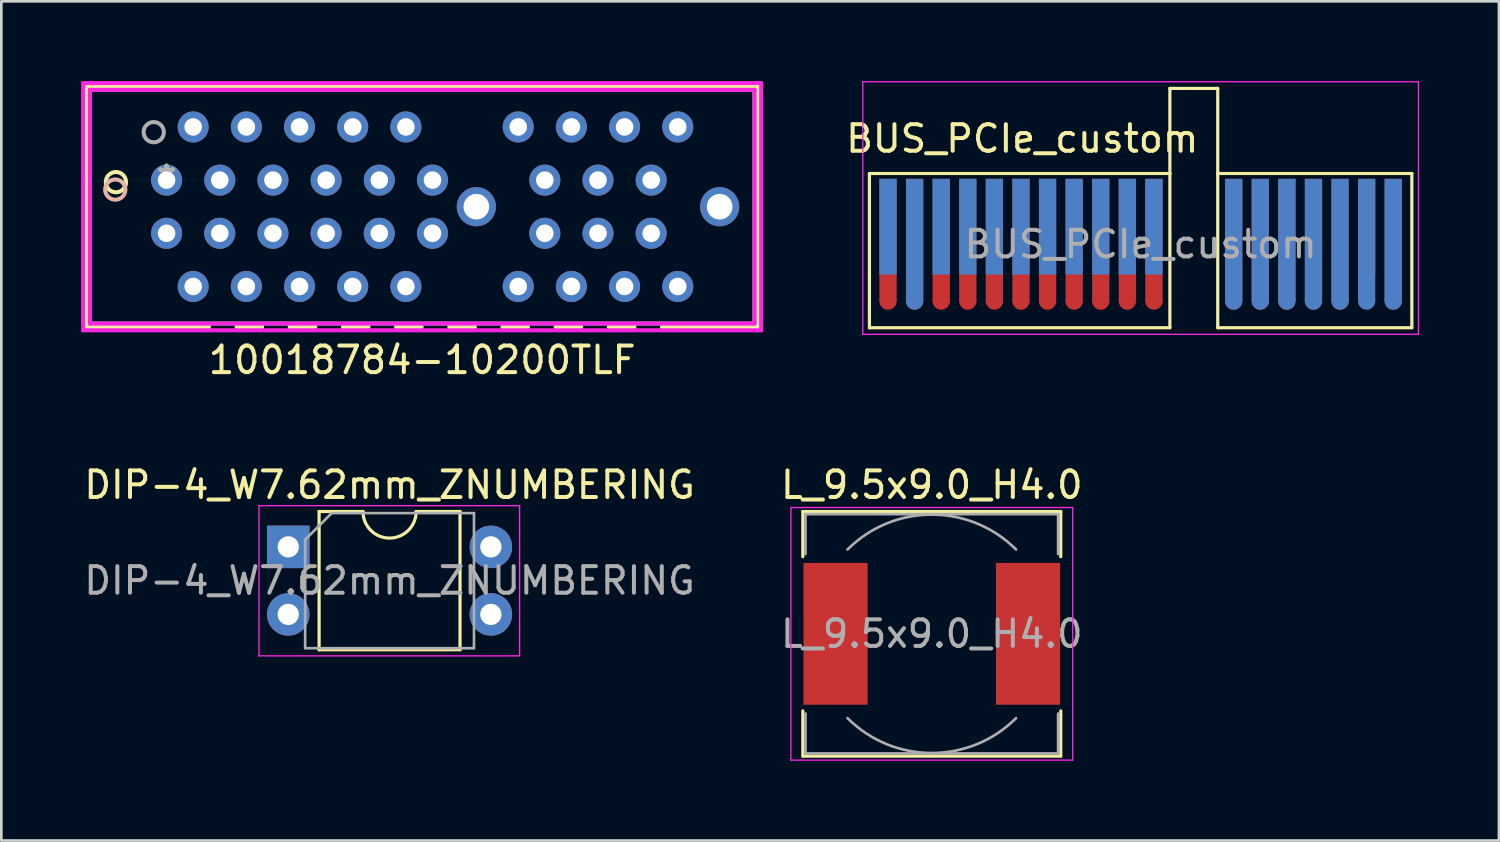
<source format=kicad_pcb>
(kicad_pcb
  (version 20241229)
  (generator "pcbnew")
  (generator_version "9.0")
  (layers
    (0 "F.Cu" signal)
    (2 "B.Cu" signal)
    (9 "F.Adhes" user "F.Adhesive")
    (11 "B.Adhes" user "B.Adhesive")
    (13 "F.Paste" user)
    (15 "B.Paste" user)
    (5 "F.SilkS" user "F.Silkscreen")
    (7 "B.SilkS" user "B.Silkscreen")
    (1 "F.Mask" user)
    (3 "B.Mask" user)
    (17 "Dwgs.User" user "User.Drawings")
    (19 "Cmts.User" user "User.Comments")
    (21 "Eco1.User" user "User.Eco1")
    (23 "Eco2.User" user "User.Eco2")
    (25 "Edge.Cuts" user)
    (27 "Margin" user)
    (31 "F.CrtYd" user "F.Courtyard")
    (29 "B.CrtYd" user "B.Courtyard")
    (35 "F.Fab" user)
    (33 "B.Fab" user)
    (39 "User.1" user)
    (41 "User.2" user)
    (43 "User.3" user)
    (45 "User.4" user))
  (footprint "DIP-4_W7.62mm_ZNUMBERING"
    (layer "F.Cu")
    (at 7.791 17.517)
    (property "Reference" "DIP-4_W7.62mm_ZNUMBERING" (at 3.81 -2.33 0) (layer "F.SilkS") (effects (font (size 1 1) (thickness 0.15))))
    (attr through_hole)
    (fp_line (start 1.16 -1.33) (end 1.16 3.87) (stroke (width 0.12) (type solid)) (layer "F.SilkS"))
    (fp_line (start 1.16 3.87) (end 6.46 3.87) (stroke (width 0.12) (type solid)) (layer "F.SilkS"))
    (fp_line (start 2.81 -1.33) (end 1.16 -1.33) (stroke (width 0.12) (type solid)) (layer "F.SilkS"))
    (fp_line (start 6.46 -1.33) (end 4.81 -1.33) (stroke (width 0.12) (type solid)) (layer "F.SilkS"))
    (fp_line (start 6.46 3.87) (end 6.46 -1.33) (stroke (width 0.12) (type solid)) (layer "F.SilkS"))
    (fp_arc (start 4.81 -1.33) (mid 3.81 -0.33) (end 2.81 -1.33) (stroke (width 0.12) (type solid)) (layer "F.SilkS"))
    (fp_line (start -1.1 -1.55) (end -1.1 4.1) (stroke (width 0.05) (type solid)) (layer "F.CrtYd"))
    (fp_line (start -1.1 4.1) (end 8.7 4.1) (stroke (width 0.05) (type solid)) (layer "F.CrtYd"))
    (fp_line (start 8.7 -1.55) (end -1.1 -1.55) (stroke (width 0.05) (type solid)) (layer "F.CrtYd"))
    (fp_line (start 8.7 4.1) (end 8.7 -1.55) (stroke (width 0.05) (type solid)) (layer "F.CrtYd"))
    (fp_line (start 0.635 -0.27) (end 1.635 -1.27) (stroke (width 0.1) (type solid)) (layer "F.Fab"))
    (fp_line (start 0.635 3.81) (end 0.635 -0.27) (stroke (width 0.1) (type solid)) (layer "F.Fab"))
    (fp_line (start 1.635 -1.27) (end 6.985 -1.27) (stroke (width 0.1) (type solid)) (layer "F.Fab"))
    (fp_line (start 6.985 -1.27) (end 6.985 3.81) (stroke (width 0.1) (type solid)) (layer "F.Fab"))
    (fp_line (start 6.985 3.81) (end 0.635 3.81) (stroke (width 0.1) (type solid)) (layer "F.Fab"))
    (fp_text user "${REFERENCE}" (at 3.81 1.27 0) (layer "F.Fab") (effects (font (size 1 1) (thickness 0.15))))
    (pad "1" thru_hole rect (at 0 0) (size 1.6 1.6) (drill 0.8) (layers "*.Cu" "*.Mask"))
    (pad "2" thru_hole oval (at 7.62 0) (size 1.6 1.6) (drill 0.8) (layers "*.Cu" "*.Mask"))
    (pad "3" thru_hole oval (at 0 2.54) (size 1.6 1.6) (drill 0.8) (layers "*.Cu" "*.Mask"))
    (pad "4" thru_hole oval (at 7.62 2.54) (size 1.6 1.6) (drill 0.8) (layers "*.Cu" "*.Mask")))
  (footprint "10018784-10200TLF"
    (layer "F.Cu")
    (at 3.215 3.724)
    (property "Reference" "10018784-10200TLF" (at 9.613 6.766 0) (layer "F.SilkS") (effects (font (size 1 1) (thickness 0.15))))
    (attr through_hole)
    (fp_line (start -3.011 -3.521) (end -3.011 5.521) (stroke (width 0.152) (type solid)) (layer "F.SilkS"))
    (fp_line (start -3.011 5.521) (end 1.593 5.521) (stroke (width 0.152) (type solid)) (layer "F.SilkS"))
    (fp_line (start 2.632 5.521) (end 3.593 5.521) (stroke (width 0.152) (type solid)) (layer "F.SilkS"))
    (fp_line (start 4.632 5.521) (end 5.593 5.521) (stroke (width 0.152) (type solid)) (layer "F.SilkS"))
    (fp_line (start 6.632 5.521) (end 7.593 5.521) (stroke (width 0.152) (type solid)) (layer "F.SilkS"))
    (fp_line (start 8.632 5.521) (end 9.593 5.521) (stroke (width 0.152) (type solid)) (layer "F.SilkS"))
    (fp_line (start 10.632 5.521) (end 11.593 5.521) (stroke (width 0.152) (type solid)) (layer "F.SilkS"))
    (fp_line (start 12.632 5.521) (end 13.593 5.521) (stroke (width 0.152) (type solid)) (layer "F.SilkS"))
    (fp_line (start 14.632 5.521) (end 15.593 5.521) (stroke (width 0.152) (type solid)) (layer "F.SilkS"))
    (fp_line (start 16.632 5.521) (end 17.593 5.521) (stroke (width 0.152) (type solid)) (layer "F.SilkS"))
    (fp_line (start 18.632 5.521) (end 22.236 5.521) (stroke (width 0.152) (type solid)) (layer "F.SilkS"))
    (fp_line (start 22.236 -3.521) (end -3.011 -3.521) (stroke (width 0.152) (type solid)) (layer "F.SilkS"))
    (fp_line (start 22.236 5.521) (end 22.236 -3.521) (stroke (width 0.152) (type solid)) (layer "F.SilkS"))
    (fp_circle (center -1.905 0.076) (end -1.524 0.076) (stroke (width 0.152) (type solid)) (fill no) (layer "F.SilkS"))
    (fp_circle (center -1.93 0.356) (end -1.549 0.356) (stroke (width 0.152) (type solid)) (fill no) (layer "B.SilkS"))
    (fp_line (start -3.138 -3.648) (end -3.138 5.648) (stroke (width 0.152) (type solid)) (layer "F.CrtYd"))
    (fp_line (start -3.138 5.648) (end 22.363 5.648) (stroke (width 0.152) (type solid)) (layer "F.CrtYd"))
    (fp_line (start -2.884 -3.394) (end -2.884 5.394) (stroke (width 0.152) (type solid)) (layer "F.CrtYd"))
    (fp_line (start -2.884 5.394) (end 22.109 5.394) (stroke (width 0.152) (type solid)) (layer "F.CrtYd"))
    (fp_line (start 22.109 -3.394) (end -2.884 -3.394) (stroke (width 0.152) (type solid)) (layer "F.CrtYd"))
    (fp_line (start 22.109 5.394) (end 22.109 -3.394) (stroke (width 0.152) (type solid)) (layer "F.CrtYd"))
    (fp_line (start 22.363 -3.648) (end -3.138 -3.648) (stroke (width 0.152) (type solid)) (layer "F.CrtYd"))
    (fp_line (start 22.363 5.648) (end 22.363 -3.648) (stroke (width 0.152) (type solid)) (layer "F.CrtYd"))
    (fp_line (start -2.884 -3.394) (end -2.884 5.394) (stroke (width 0.152) (type solid)) (layer "F.Fab"))
    (fp_line (start -2.884 5.394) (end 22.109 5.394) (stroke (width 0.152) (type solid)) (layer "F.Fab"))
    (fp_line (start 22.109 -3.394) (end -2.884 -3.394) (stroke (width 0.152) (type solid)) (layer "F.Fab"))
    (fp_line (start 22.109 5.394) (end 22.109 -3.394) (stroke (width 0.152) (type solid)) (layer "F.Fab"))
    (fp_circle (center -0.483 -1.803) (end -0.102 -1.803) (stroke (width 0.152) (type solid)) (fill no) (layer "F.Fab"))
    (fp_text user "*" (at 0 0 0) (layer "F.SilkS") (effects (font (size 1 1) (thickness 0.15))))
    (fp_text user "Copyright 2016 Accelerated Designs. All rights reserved." (at 0 0 0) (layer "Cmts.User") (effects (font (size 0.127 0.127) (thickness 0.002))))
    (fp_text user "*" (at 0 0 0) (layer "F.Fab") (effects (font (size 1 1) (thickness 0.15))))
    (pad "37" thru_hole circle (at 11.65 1) (size 1.473 1.473) (drill 0.965) (layers "*.Cu" "*.Mask"))
    (pad "38" thru_hole circle (at 20.8 1) (size 1.473 1.473) (drill 0.965) (layers "*.Cu" "*.Mask"))
    (pad "A1" thru_hole circle (at 0 0) (size 1.168 1.168) (drill 0.66) (layers "*.Cu" "*.Mask"))
    (pad "A2" thru_hole circle (at 1 -2) (size 1.168 1.168) (drill 0.66) (layers "*.Cu" "*.Mask"))
    (pad "A3" thru_hole circle (at 2 0) (size 1.168 1.168) (drill 0.66) (layers "*.Cu" "*.Mask"))
    (pad "A4" thru_hole circle (at 3 -2) (size 1.168 1.168) (drill 0.66) (layers "*.Cu" "*.Mask"))
    (pad "A5" thru_hole circle (at 4 0) (size 1.168 1.168) (drill 0.66) (layers "*.Cu" "*.Mask"))
    (pad "A6" thru_hole circle (at 5 -2) (size 1.168 1.168) (drill 0.66) (layers "*.Cu" "*.Mask"))
    (pad "A7" thru_hole circle (at 6 0) (size 1.168 1.168) (drill 0.66) (layers "*.Cu" "*.Mask"))
    (pad "A8" thru_hole circle (at 7 -2) (size 1.168 1.168) (drill 0.66) (layers "*.Cu" "*.Mask"))
    (pad "A9" thru_hole circle (at 8 0) (size 1.168 1.168) (drill 0.66) (layers "*.Cu" "*.Mask"))
    (pad "A10" thru_hole circle (at 9 -2) (size 1.168 1.168) (drill 0.66) (layers "*.Cu" "*.Mask"))
    (pad "A11" thru_hole circle (at 10 0) (size 1.168 1.168) (drill 0.66) (layers "*.Cu" "*.Mask"))
    (pad "A12" thru_hole circle (at 13.225 -2) (size 1.168 1.168) (drill 0.66) (layers "*.Cu" "*.Mask"))
    (pad "A13" thru_hole circle (at 14.225 0) (size 1.168 1.168) (drill 0.66) (layers "*.Cu" "*.Mask"))
    (pad "A14" thru_hole circle (at 15.225 -2) (size 1.168 1.168) (drill 0.66) (layers "*.Cu" "*.Mask"))
    (pad "A15" thru_hole circle (at 16.225 0) (size 1.168 1.168) (drill 0.66) (layers "*.Cu" "*.Mask"))
    (pad "A16" thru_hole circle (at 17.225 -2) (size 1.168 1.168) (drill 0.66) (layers "*.Cu" "*.Mask"))
    (pad "A17" thru_hole circle (at 18.225 0) (size 1.168 1.168) (drill 0.66) (layers "*.Cu" "*.Mask"))
    (pad "A18" thru_hole circle (at 19.225 -2) (size 1.168 1.168) (drill 0.66) (layers "*.Cu" "*.Mask"))
    (pad "B1" thru_hole circle (at -0.000001 2) (size 1.168 1.168) (drill 0.66) (layers "*.Cu" "*.Mask"))
    (pad "B2" thru_hole circle (at 1 4) (size 1.168 1.168) (drill 0.66) (layers "*.Cu" "*.Mask"))
    (pad "B3" thru_hole circle (at 2 2) (size 1.168 1.168) (drill 0.66) (layers "*.Cu" "*.Mask"))
    (pad "B4" thru_hole circle (at 3 4) (size 1.168 1.168) (drill 0.66) (layers "*.Cu" "*.Mask"))
    (pad "B5" thru_hole circle (at 4 2) (size 1.168 1.168) (drill 0.66) (layers "*.Cu" "*.Mask"))
    (pad "B6" thru_hole circle (at 5 4) (size 1.168 1.168) (drill 0.66) (layers "*.Cu" "*.Mask"))
    (pad "B7" thru_hole circle (at 6 2) (size 1.168 1.168) (drill 0.66) (layers "*.Cu" "*.Mask"))
    (pad "B8" thru_hole circle (at 7 4) (size 1.168 1.168) (drill 0.66) (layers "*.Cu" "*.Mask"))
    (pad "B9" thru_hole circle (at 8 2) (size 1.168 1.168) (drill 0.66) (layers "*.Cu" "*.Mask"))
    (pad "B10" thru_hole circle (at 9 4) (size 1.168 1.168) (drill 0.66) (layers "*.Cu" "*.Mask"))
    (pad "B11" thru_hole circle (at 10 2) (size 1.168 1.168) (drill 0.66) (layers "*.Cu" "*.Mask"))
    (pad "B12" thru_hole circle (at 13.225 4) (size 1.168 1.168) (drill 0.66) (layers "*.Cu" "*.Mask"))
    (pad "B13" thru_hole circle (at 14.225 2) (size 1.168 1.168) (drill 0.66) (layers "*.Cu" "*.Mask"))
    (pad "B14" thru_hole circle (at 15.225 4) (size 1.168 1.168) (drill 0.66) (layers "*.Cu" "*.Mask"))
    (pad "B15" thru_hole circle (at 16.225 2) (size 1.168 1.168) (drill 0.66) (layers "*.Cu" "*.Mask"))
    (pad "B16" thru_hole circle (at 17.225 4) (size 1.168 1.168) (drill 0.66) (layers "*.Cu" "*.Mask"))
    (pad "B17" thru_hole circle (at 18.225 2) (size 1.168 1.168) (drill 0.66) (layers "*.Cu" "*.Mask"))
    (pad "B18" thru_hole circle (at 19.225 4) (size 1.168 1.168) (drill 0.66) (layers "*.Cu" "*.Mask")))
  (footprint "BUS_PCIe_custom"
    (layer "F.Cu")
    (at 30.348 5.475)
    (property "Reference" "BUS_PCIe_custom" (at 5.05 -3.31 0) (layer "F.SilkS") (effects (font (size 1 1) (thickness 0.15))))
    (attr exclude_from_pos_files exclude_from_bom)
    (fp_line (start -0.7 -2) (end 10.6 -2) (stroke (width 0.12) (type solid)) (layer "F.SilkS"))
    (fp_line (start -0.7 3.8) (end -0.7 -2) (stroke (width 0.12) (type solid)) (layer "F.SilkS"))
    (fp_line (start 10.6 -5.2) (end 12.4 -5.2) (stroke (width 0.12) (type solid)) (layer "F.SilkS"))
    (fp_line (start 10.6 -2) (end 10.6 -5.2) (stroke (width 0.12) (type solid)) (layer "F.SilkS"))
    (fp_line (start 10.6 -2) (end 10.6 3.8) (stroke (width 0.12) (type solid)) (layer "F.SilkS"))
    (fp_line (start 10.6 3.8) (end -0.7 3.8) (stroke (width 0.12) (type solid)) (layer "F.SilkS"))
    (fp_line (start 12.4 -5.2) (end 12.4 -2) (stroke (width 0.12) (type solid)) (layer "F.SilkS"))
    (fp_line (start 12.4 -2) (end 12.4 3.8) (stroke (width 0.12) (type solid)) (layer "F.SilkS"))
    (fp_line (start 12.4 3.8) (end 19.7 3.8) (stroke (width 0.12) (type solid)) (layer "F.SilkS"))
    (fp_line (start 19.7 -2) (end 12.4 -2) (stroke (width 0.12) (type solid)) (layer "F.SilkS"))
    (fp_line (start 19.7 -2) (end 19.7 3.8) (stroke (width 0.12) (type solid)) (layer "F.SilkS"))
    (fp_line (start -0.95 -5.45) (end -0.95 4.05) (stroke (width 0.05) (type solid)) (layer "F.CrtYd"))
    (fp_line (start -0.95 -5.45) (end 19.95 -5.45) (stroke (width 0.05) (type solid)) (layer "F.CrtYd"))
    (fp_line (start 19.95 4.05) (end -0.95 4.05) (stroke (width 0.05) (type solid)) (layer "F.CrtYd"))
    (fp_line (start 19.95 4.05) (end 19.95 -5.45) (stroke (width 0.05) (type solid)) (layer "F.CrtYd"))
    (fp_text user "${REFERENCE}" (at 9.5 0.662 0) (layer "F.Fab") (effects (font (size 1 1) (thickness 0.15))))
    (pad "" connect circle (at 0 2.8) (size 0.65 0.65) (layers "F.Cu" "F.Mask"))
    (pad "" connect circle (at 1 2.8) (size 0.65 0.65) (layers "F.Cu" "F.Mask"))
    (pad "" connect oval (at 1 2.8 90) (size 0.65 0.65) (layers "B.Cu" "B.Mask"))
    (pad "" connect circle (at 2 2.8) (size 0.65 0.65) (layers "F.Cu" "F.Mask"))
    (pad "" connect circle (at 3 2.8) (size 0.65 0.65) (layers "F.Cu" "F.Mask"))
    (pad "" connect circle (at 4 2.8) (size 0.65 0.65) (layers "F.Cu" "F.Mask"))
    (pad "" connect circle (at 5 2.8) (size 0.65 0.65) (layers "F.Cu" "F.Mask"))
    (pad "" connect circle (at 6 2.8) (size 0.65 0.65) (layers "F.Cu" "F.Mask"))
    (pad "" connect circle (at 7 2.8) (size 0.65 0.65) (layers "F.Cu" "F.Mask"))
    (pad "" connect circle (at 8 2.8) (size 0.65 0.65) (layers "F.Cu" "F.Mask"))
    (pad "" connect circle (at 9 2.8) (size 0.65 0.65) (layers "F.Cu" "F.Mask"))
    (pad "" connect circle (at 10 2.8) (size 0.65 0.65) (layers "F.Cu" "F.Mask"))
    (pad "" connect circle (at 13 2.8) (size 0.65 0.65) (layers "F.Cu" "F.Mask"))
    (pad "" connect oval (at 13 2.8 90) (size 0.65 0.65) (layers "B.Cu" "B.Mask"))
    (pad "" connect circle (at 14 2.8) (size 0.65 0.65) (layers "F.Cu" "F.Mask"))
    (pad "" connect oval (at 14 2.8 90) (size 0.65 0.65) (layers "B.Cu" "B.Mask"))
    (pad "" connect circle (at 15 2.8) (size 0.65 0.65) (layers "F.Cu" "F.Mask"))
    (pad "" connect oval (at 15 2.8 90) (size 0.65 0.65) (layers "B.Cu" "B.Mask"))
    (pad "" connect circle (at 16 2.8) (size 0.65 0.65) (layers "F.Cu" "F.Mask"))
    (pad "" connect oval (at 16 2.8 90) (size 0.65 0.65) (layers "B.Cu" "B.Mask"))
    (pad "" connect circle (at 17 2.8) (size 0.65 0.65) (layers "F.Cu" "F.Mask"))
    (pad "" connect oval (at 17 2.8 90) (size 0.65 0.65) (layers "B.Cu" "B.Mask"))
    (pad "" connect oval (at 18 2.8 90) (size 0.65 0.65) (layers "B.Cu" "B.Mask"))
    (pad "" connect circle (at 19 2.8) (size 0.65 0.65) (layers "F.Cu" "F.Mask"))
    (pad "" connect oval (at 19 2.8 90) (size 0.65 0.65) (layers "B.Cu" "B.Mask"))
    (pad "A1" connect rect (at 0 0) (size 0.65 3.6) (layers "B.Cu" "B.Mask"))
    (pad "A2" connect rect (at 1 0.5) (size 0.65 4.6) (layers "B.Cu" "B.Mask"))
    (pad "A3" connect rect (at 2 0) (size 0.65 3.6) (layers "B.Cu" "B.Mask"))
    (pad "A4" connect rect (at 3 0) (size 0.65 3.6) (layers "B.Cu" "B.Mask"))
    (pad "A5" connect rect (at 4 0) (size 0.65 3.6) (layers "B.Cu" "B.Mask"))
    (pad "A6" connect rect (at 5 0) (size 0.65 3.6) (layers "B.Cu" "B.Mask"))
    (pad "A7" connect rect (at 6 0) (size 0.65 3.6) (layers "B.Cu" "B.Mask"))
    (pad "A8" connect rect (at 7 0) (size 0.65 3.6) (layers "B.Cu" "B.Mask"))
    (pad "A9" connect rect (at 8 0) (size 0.65 3.6) (layers "B.Cu" "B.Mask"))
    (pad "A10" connect rect (at 9 0) (size 0.65 3.6) (layers "B.Cu" "B.Mask"))
    (pad "A11" connect rect (at 10 0) (size 0.65 3.6) (layers "B.Cu" "B.Mask"))
    (pad "A12" connect rect (at 13 0.5) (size 0.65 4.6) (layers "B.Cu" "B.Mask"))
    (pad "A13" connect rect (at 14 0.5) (size 0.65 4.6) (layers "B.Cu" "B.Mask"))
    (pad "A14" connect rect (at 15 0.5) (size 0.65 4.6) (layers "B.Cu" "B.Mask"))
    (pad "A15" connect rect (at 16 0.5) (size 0.65 4.6) (layers "B.Cu" "B.Mask"))
    (pad "A16" connect rect (at 17 0.5) (size 0.65 4.6) (layers "B.Cu" "B.Mask"))
    (pad "A17" connect rect (at 18 0.5) (size 0.65 4.6) (layers "B.Cu" "B.Mask"))
    (pad "A18" connect rect (at 19 0.5) (size 0.65 4.6) (layers "B.Cu" "B.Mask"))
    (pad "B1" connect rect (at 0 0.5) (size 0.65 4.6) (layers "F.Cu" "F.Mask"))
    (pad "B2" connect rect (at 1 0.5) (size 0.65 4.6) (layers "F.Cu" "F.Mask"))
    (pad "B3" connect rect (at 2 0.5) (size 0.65 4.6) (layers "F.Cu" "F.Mask"))
    (pad "B4" connect rect (at 3 0.5) (size 0.65 4.6) (layers "F.Cu" "F.Mask"))
    (pad "B5" connect rect (at 4 0.5) (size 0.65 4.6) (layers "F.Cu" "F.Mask"))
    (pad "B6" connect rect (at 5 0.5) (size 0.65 4.6) (layers "F.Cu" "F.Mask"))
    (pad "B7" connect rect (at 6 0.5) (size 0.65 4.6) (layers "F.Cu" "F.Mask"))
    (pad "B8" connect rect (at 7 0.5) (size 0.65 4.6) (layers "F.Cu" "F.Mask"))
    (pad "B9" connect rect (at 8 0.5) (size 0.65 4.6) (layers "F.Cu" "F.Mask"))
    (pad "B10" connect rect (at 9 0.5) (size 0.65 4.6) (layers "F.Cu" "F.Mask"))
    (pad "B11" connect rect (at 10 0.5) (size 0.65 4.6) (layers "F.Cu" "F.Mask"))
    (pad "B12" connect rect (at 13 0.5) (size 0.65 4.6) (layers "F.Cu" "F.Mask"))
    (pad "B13" connect rect (at 14 0.5) (size 0.65 4.6) (layers "F.Cu" "F.Mask"))
    (pad "B14" connect rect (at 15 0.5) (size 0.65 4.6) (layers "F.Cu" "F.Mask"))
    (pad "B15" connect rect (at 16 0.5) (size 0.65 4.6) (layers "F.Cu" "F.Mask"))
    (pad "B16" connect rect (at 17 0.5) (size 0.65 4.6) (layers "F.Cu" "F.Mask"))
    (pad "B17" connect rect (at 18 0) (size 0.65 3.6) (layers "F.Cu" "F.Mask"))
    (pad "B18" connect rect (at 19 0.5) (size 0.65 4.6) (layers "F.Cu" "F.Mask")))
  (footprint "L_9.5x9.0_H4.0"
    (layer "F.Cu")
    (at 31.994 20.787)
    (property "Reference" "L_9.5x9.0_H4.0" (at 0 -5.6 0) (layer "F.SilkS") (effects (font (size 1 1) (thickness 0.15))))
    (attr smd)
    (fp_line (start -4.85 -4.6) (end 4.85 -4.6) (stroke (width 0.12) (type solid)) (layer "F.SilkS"))
    (fp_line (start -4.85 -2.9) (end -4.85 -4.6) (stroke (width 0.12) (type solid)) (layer "F.SilkS"))
    (fp_line (start -4.85 4.6) (end -4.85 2.9) (stroke (width 0.12) (type solid)) (layer "F.SilkS"))
    (fp_line (start 4.85 -4.6) (end 4.85 -2.9) (stroke (width 0.12) (type solid)) (layer "F.SilkS"))
    (fp_line (start 4.85 2.9) (end 4.85 4.6) (stroke (width 0.12) (type solid)) (layer "F.SilkS"))
    (fp_line (start 4.85 4.6) (end -4.85 4.6) (stroke (width 0.12) (type solid)) (layer "F.SilkS"))
    (fp_line (start -5.3 -4.75) (end -5.3 4.75) (stroke (width 0.05) (type solid)) (layer "F.CrtYd"))
    (fp_line (start -5.3 4.75) (end 5.3 4.75) (stroke (width 0.05) (type solid)) (layer "F.CrtYd"))
    (fp_line (start 5.3 -4.75) (end -5.3 -4.75) (stroke (width 0.05) (type solid)) (layer "F.CrtYd"))
    (fp_line (start 5.3 4.75) (end 5.3 -4.75) (stroke (width 0.05) (type solid)) (layer "F.CrtYd"))
    (fp_line (start -4.75 -4.5) (end -4.75 -3) (stroke (width 0.1) (type solid)) (layer "F.Fab"))
    (fp_line (start -4.75 -4.5) (end 4.75 -4.5) (stroke (width 0.1) (type solid)) (layer "F.Fab"))
    (fp_line (start -4.75 4.5) (end -4.75 3) (stroke (width 0.1) (type solid)) (layer "F.Fab"))
    (fp_line (start -4.75 4.5) (end 4.75 4.5) (stroke (width 0.1) (type solid)) (layer "F.Fab"))
    (fp_line (start 4.75 -4.5) (end 4.75 -3) (stroke (width 0.1) (type solid)) (layer "F.Fab"))
    (fp_line (start 4.75 4.5) (end 4.75 3) (stroke (width 0.1) (type solid)) (layer "F.Fab"))
    (fp_arc (start -3.17 -3.17) (mid 0 -4.483057) (end 3.17 -3.17) (stroke (width 0.1) (type solid)) (layer "F.Fab"))
    (fp_arc (start 3.17 3.17) (mid 0 4.483057) (end -3.17 3.17) (stroke (width 0.1) (type solid)) (layer "F.Fab"))
    (fp_text user "${REFERENCE}" (at 0 0 0) (layer "F.Fab") (effects (font (size 1 1) (thickness 0.15))))
    (pad "1" smd rect (at -3.619 0) (size 2.413 5.334) (layers "F.Cu" "F.Mask" "F.Paste"))
    (pad "2" smd rect (at 3.619 0) (size 2.413 5.334) (layers "F.Cu" "F.Mask" "F.Paste")))
  (gr_rect
    (start -3 -3)
    (end 53.323 28.562)
    (stroke (width 0.1) (type default))
    (fill no)
    (layer "Edge.Cuts")))
</source>
